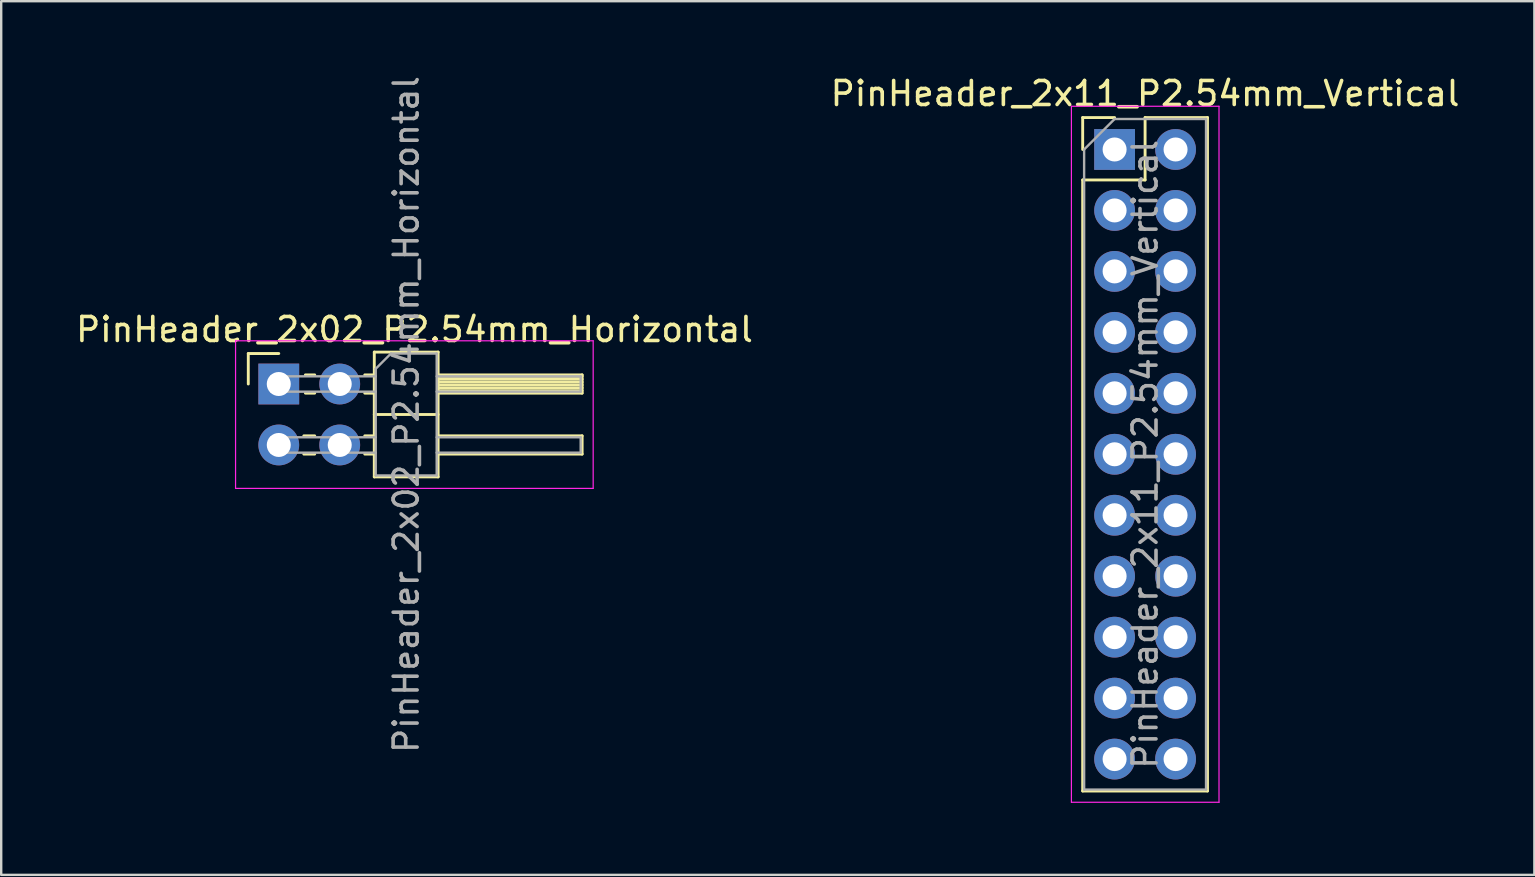
<source format=kicad_pcb>
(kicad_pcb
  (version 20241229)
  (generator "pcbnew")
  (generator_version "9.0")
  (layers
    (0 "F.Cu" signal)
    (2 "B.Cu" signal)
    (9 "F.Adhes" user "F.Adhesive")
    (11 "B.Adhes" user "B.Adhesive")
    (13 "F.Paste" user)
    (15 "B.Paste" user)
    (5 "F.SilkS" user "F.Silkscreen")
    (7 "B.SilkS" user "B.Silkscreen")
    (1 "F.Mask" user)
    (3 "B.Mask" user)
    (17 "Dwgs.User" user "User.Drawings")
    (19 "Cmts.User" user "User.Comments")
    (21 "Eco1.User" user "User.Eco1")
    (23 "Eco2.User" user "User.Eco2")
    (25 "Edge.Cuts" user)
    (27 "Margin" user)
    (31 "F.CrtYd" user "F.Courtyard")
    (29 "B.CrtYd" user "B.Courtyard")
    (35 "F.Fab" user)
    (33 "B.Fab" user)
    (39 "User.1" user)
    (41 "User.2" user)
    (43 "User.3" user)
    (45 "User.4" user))
  (footprint "PinHeader_2x11_P2.54mm_Vertical"
    (layer "F.Cu")
    (at 43.391 3.178)
    (property "Reference" "PinHeader_2x11_P2.54mm_Vertical" (at 1.27 -2.33 0) (layer "F.SilkS") (effects (font (size 1 1) (thickness 0.15))))
    (attr through_hole)
    (fp_line (start -1.33 -1.33) (end 0 -1.33) (stroke (width 0.12) (type solid)) (layer "F.SilkS"))
    (fp_line (start -1.33 0) (end -1.33 -1.33) (stroke (width 0.12) (type solid)) (layer "F.SilkS"))
    (fp_line (start -1.33 1.27) (end -1.33 26.73) (stroke (width 0.12) (type solid)) (layer "F.SilkS"))
    (fp_line (start -1.33 1.27) (end 1.27 1.27) (stroke (width 0.12) (type solid)) (layer "F.SilkS"))
    (fp_line (start -1.33 26.73) (end 3.87 26.73) (stroke (width 0.12) (type solid)) (layer "F.SilkS"))
    (fp_line (start 1.27 -1.33) (end 3.87 -1.33) (stroke (width 0.12) (type solid)) (layer "F.SilkS"))
    (fp_line (start 1.27 1.27) (end 1.27 -1.33) (stroke (width 0.12) (type solid)) (layer "F.SilkS"))
    (fp_line (start 3.87 -1.33) (end 3.87 26.73) (stroke (width 0.12) (type solid)) (layer "F.SilkS"))
    (fp_line (start -1.8 -1.8) (end -1.8 27.2) (stroke (width 0.05) (type solid)) (layer "F.CrtYd"))
    (fp_line (start -1.8 27.2) (end 4.35 27.2) (stroke (width 0.05) (type solid)) (layer "F.CrtYd"))
    (fp_line (start 4.35 -1.8) (end -1.8 -1.8) (stroke (width 0.05) (type solid)) (layer "F.CrtYd"))
    (fp_line (start 4.35 27.2) (end 4.35 -1.8) (stroke (width 0.05) (type solid)) (layer "F.CrtYd"))
    (fp_line (start -1.27 0) (end 0 -1.27) (stroke (width 0.1) (type solid)) (layer "F.Fab"))
    (fp_line (start -1.27 26.67) (end -1.27 0) (stroke (width 0.1) (type solid)) (layer "F.Fab"))
    (fp_line (start 0 -1.27) (end 3.81 -1.27) (stroke (width 0.1) (type solid)) (layer "F.Fab"))
    (fp_line (start 3.81 -1.27) (end 3.81 26.67) (stroke (width 0.1) (type solid)) (layer "F.Fab"))
    (fp_line (start 3.81 26.67) (end -1.27 26.67) (stroke (width 0.1) (type solid)) (layer "F.Fab"))
    (fp_text user "${REFERENCE}" (at 1.27 12.7 90) (layer "F.Fab") (effects (font (size 1 1) (thickness 0.15))))
    (pad "1" thru_hole rect (at 0 0) (size 1.7 1.7) (drill 1) (layers "*.Cu" "*.Mask"))
    (pad "2" thru_hole oval (at 2.54 0) (size 1.7 1.7) (drill 1) (layers "*.Cu" "*.Mask"))
    (pad "3" thru_hole oval (at 0 2.54) (size 1.7 1.7) (drill 1) (layers "*.Cu" "*.Mask"))
    (pad "4" thru_hole oval (at 2.54 2.54) (size 1.7 1.7) (drill 1) (layers "*.Cu" "*.Mask"))
    (pad "5" thru_hole oval (at 0 5.08) (size 1.7 1.7) (drill 1) (layers "*.Cu" "*.Mask"))
    (pad "6" thru_hole oval (at 2.54 5.08) (size 1.7 1.7) (drill 1) (layers "*.Cu" "*.Mask"))
    (pad "7" thru_hole oval (at 0 7.62) (size 1.7 1.7) (drill 1) (layers "*.Cu" "*.Mask"))
    (pad "8" thru_hole oval (at 2.54 7.62) (size 1.7 1.7) (drill 1) (layers "*.Cu" "*.Mask"))
    (pad "9" thru_hole oval (at 0 10.16) (size 1.7 1.7) (drill 1) (layers "*.Cu" "*.Mask"))
    (pad "10" thru_hole oval (at 2.54 10.16) (size 1.7 1.7) (drill 1) (layers "*.Cu" "*.Mask"))
    (pad "11" thru_hole oval (at 0 12.7) (size 1.7 1.7) (drill 1) (layers "*.Cu" "*.Mask"))
    (pad "12" thru_hole oval (at 2.54 12.7) (size 1.7 1.7) (drill 1) (layers "*.Cu" "*.Mask"))
    (pad "13" thru_hole oval (at 0 15.24) (size 1.7 1.7) (drill 1) (layers "*.Cu" "*.Mask"))
    (pad "14" thru_hole oval (at 2.54 15.24) (size 1.7 1.7) (drill 1) (layers "*.Cu" "*.Mask"))
    (pad "15" thru_hole oval (at 0 17.78) (size 1.7 1.7) (drill 1) (layers "*.Cu" "*.Mask"))
    (pad "16" thru_hole oval (at 2.54 17.78) (size 1.7 1.7) (drill 1) (layers "*.Cu" "*.Mask"))
    (pad "17" thru_hole oval (at 0 20.32) (size 1.7 1.7) (drill 1) (layers "*.Cu" "*.Mask"))
    (pad "18" thru_hole oval (at 2.54 20.32) (size 1.7 1.7) (drill 1) (layers "*.Cu" "*.Mask"))
    (pad "19" thru_hole oval (at 0 22.86) (size 1.7 1.7) (drill 1) (layers "*.Cu" "*.Mask"))
    (pad "20" thru_hole oval (at 2.54 22.86) (size 1.7 1.7) (drill 1) (layers "*.Cu" "*.Mask"))
    (pad "21" thru_hole oval (at 0 25.4) (size 1.7 1.7) (drill 1) (layers "*.Cu" "*.Mask"))
    (pad "22" thru_hole oval (at 2.54 25.4) (size 1.7 1.7) (drill 1) (layers "*.Cu" "*.Mask")))
  (footprint "PinHeader_2x02_P2.54mm_Horizontal"
    (layer "F.Cu")
    (at 8.565 12.95)
    (property "Reference" "PinHeader_2x02_P2.54mm_Horizontal" (at 5.655 -2.27 0) (layer "F.SilkS") (effects (font (size 1 1) (thickness 0.15))))
    (attr through_hole)
    (fp_line (start -1.27 -1.27) (end 0 -1.27) (stroke (width 0.12) (type solid)) (layer "F.SilkS"))
    (fp_line (start -1.27 0) (end -1.27 -1.27) (stroke (width 0.12) (type solid)) (layer "F.SilkS"))
    (fp_line (start 1.043 2.16) (end 1.497 2.16) (stroke (width 0.12) (type solid)) (layer "F.SilkS"))
    (fp_line (start 1.043 2.92) (end 1.497 2.92) (stroke (width 0.12) (type solid)) (layer "F.SilkS"))
    (fp_line (start 1.11 -0.38) (end 1.497 -0.38) (stroke (width 0.12) (type solid)) (layer "F.SilkS"))
    (fp_line (start 1.11 0.38) (end 1.497 0.38) (stroke (width 0.12) (type solid)) (layer "F.SilkS"))
    (fp_line (start 3.583 -0.38) (end 3.98 -0.38) (stroke (width 0.12) (type solid)) (layer "F.SilkS"))
    (fp_line (start 3.583 0.38) (end 3.98 0.38) (stroke (width 0.12) (type solid)) (layer "F.SilkS"))
    (fp_line (start 3.583 2.16) (end 3.98 2.16) (stroke (width 0.12) (type solid)) (layer "F.SilkS"))
    (fp_line (start 3.583 2.92) (end 3.98 2.92) (stroke (width 0.12) (type solid)) (layer "F.SilkS"))
    (fp_line (start 3.98 -1.33) (end 3.98 3.87) (stroke (width 0.12) (type solid)) (layer "F.SilkS"))
    (fp_line (start 3.98 1.27) (end 6.64 1.27) (stroke (width 0.12) (type solid)) (layer "F.SilkS"))
    (fp_line (start 3.98 3.87) (end 6.64 3.87) (stroke (width 0.12) (type solid)) (layer "F.SilkS"))
    (fp_line (start 6.64 -1.33) (end 3.98 -1.33) (stroke (width 0.12) (type solid)) (layer "F.SilkS"))
    (fp_line (start 6.64 -0.38) (end 12.64 -0.38) (stroke (width 0.12) (type solid)) (layer "F.SilkS"))
    (fp_line (start 6.64 -0.32) (end 12.64 -0.32) (stroke (width 0.12) (type solid)) (layer "F.SilkS"))
    (fp_line (start 6.64 -0.2) (end 12.64 -0.2) (stroke (width 0.12) (type solid)) (layer "F.SilkS"))
    (fp_line (start 6.64 -0.08) (end 12.64 -0.08) (stroke (width 0.12) (type solid)) (layer "F.SilkS"))
    (fp_line (start 6.64 0.04) (end 12.64 0.04) (stroke (width 0.12) (type solid)) (layer "F.SilkS"))
    (fp_line (start 6.64 0.16) (end 12.64 0.16) (stroke (width 0.12) (type solid)) (layer "F.SilkS"))
    (fp_line (start 6.64 0.28) (end 12.64 0.28) (stroke (width 0.12) (type solid)) (layer "F.SilkS"))
    (fp_line (start 6.64 2.16) (end 12.64 2.16) (stroke (width 0.12) (type solid)) (layer "F.SilkS"))
    (fp_line (start 6.64 3.87) (end 6.64 -1.33) (stroke (width 0.12) (type solid)) (layer "F.SilkS"))
    (fp_line (start 12.64 -0.38) (end 12.64 0.38) (stroke (width 0.12) (type solid)) (layer "F.SilkS"))
    (fp_line (start 12.64 0.38) (end 6.64 0.38) (stroke (width 0.12) (type solid)) (layer "F.SilkS"))
    (fp_line (start 12.64 2.16) (end 12.64 2.92) (stroke (width 0.12) (type solid)) (layer "F.SilkS"))
    (fp_line (start 12.64 2.92) (end 6.64 2.92) (stroke (width 0.12) (type solid)) (layer "F.SilkS"))
    (fp_line (start -1.8 -1.8) (end -1.8 4.35) (stroke (width 0.05) (type solid)) (layer "F.CrtYd"))
    (fp_line (start -1.8 4.35) (end 13.1 4.35) (stroke (width 0.05) (type solid)) (layer "F.CrtYd"))
    (fp_line (start 13.1 -1.8) (end -1.8 -1.8) (stroke (width 0.05) (type solid)) (layer "F.CrtYd"))
    (fp_line (start 13.1 4.35) (end 13.1 -1.8) (stroke (width 0.05) (type solid)) (layer "F.CrtYd"))
    (fp_line (start -0.32 -0.32) (end -0.32 0.32) (stroke (width 0.1) (type solid)) (layer "F.Fab"))
    (fp_line (start -0.32 -0.32) (end 4.04 -0.32) (stroke (width 0.1) (type solid)) (layer "F.Fab"))
    (fp_line (start -0.32 0.32) (end 4.04 0.32) (stroke (width 0.1) (type solid)) (layer "F.Fab"))
    (fp_line (start -0.32 2.22) (end -0.32 2.86) (stroke (width 0.1) (type solid)) (layer "F.Fab"))
    (fp_line (start -0.32 2.22) (end 4.04 2.22) (stroke (width 0.1) (type solid)) (layer "F.Fab"))
    (fp_line (start -0.32 2.86) (end 4.04 2.86) (stroke (width 0.1) (type solid)) (layer "F.Fab"))
    (fp_line (start 4.04 -0.635) (end 4.675 -1.27) (stroke (width 0.1) (type solid)) (layer "F.Fab"))
    (fp_line (start 4.04 3.81) (end 4.04 -0.635) (stroke (width 0.1) (type solid)) (layer "F.Fab"))
    (fp_line (start 4.675 -1.27) (end 6.58 -1.27) (stroke (width 0.1) (type solid)) (layer "F.Fab"))
    (fp_line (start 6.58 -1.27) (end 6.58 3.81) (stroke (width 0.1) (type solid)) (layer "F.Fab"))
    (fp_line (start 6.58 -0.32) (end 12.58 -0.32) (stroke (width 0.1) (type solid)) (layer "F.Fab"))
    (fp_line (start 6.58 0.32) (end 12.58 0.32) (stroke (width 0.1) (type solid)) (layer "F.Fab"))
    (fp_line (start 6.58 2.22) (end 12.58 2.22) (stroke (width 0.1) (type solid)) (layer "F.Fab"))
    (fp_line (start 6.58 2.86) (end 12.58 2.86) (stroke (width 0.1) (type solid)) (layer "F.Fab"))
    (fp_line (start 6.58 3.81) (end 4.04 3.81) (stroke (width 0.1) (type solid)) (layer "F.Fab"))
    (fp_line (start 12.58 -0.32) (end 12.58 0.32) (stroke (width 0.1) (type solid)) (layer "F.Fab"))
    (fp_line (start 12.58 2.22) (end 12.58 2.86) (stroke (width 0.1) (type solid)) (layer "F.Fab"))
    (fp_text user "${REFERENCE}" (at 5.31 1.27 90) (layer "F.Fab") (effects (font (size 1 1) (thickness 0.15))))
    (pad "1" thru_hole rect (at 0 0) (size 1.7 1.7) (drill 1) (layers "*.Cu" "*.Mask"))
    (pad "2" thru_hole oval (at 2.54 0) (size 1.7 1.7) (drill 1) (layers "*.Cu" "*.Mask"))
    (pad "3" thru_hole oval (at 0 2.54) (size 1.7 1.7) (drill 1) (layers "*.Cu" "*.Mask"))
    (pad "4" thru_hole oval (at 2.54 2.54) (size 1.7 1.7) (drill 1) (layers "*.Cu" "*.Mask")))
  (gr_rect
    (start -3 -3)
    (end 60.881 33.403)
    (stroke (width 0.1) (type default))
    (fill no)
    (layer "Edge.Cuts")))
</source>
